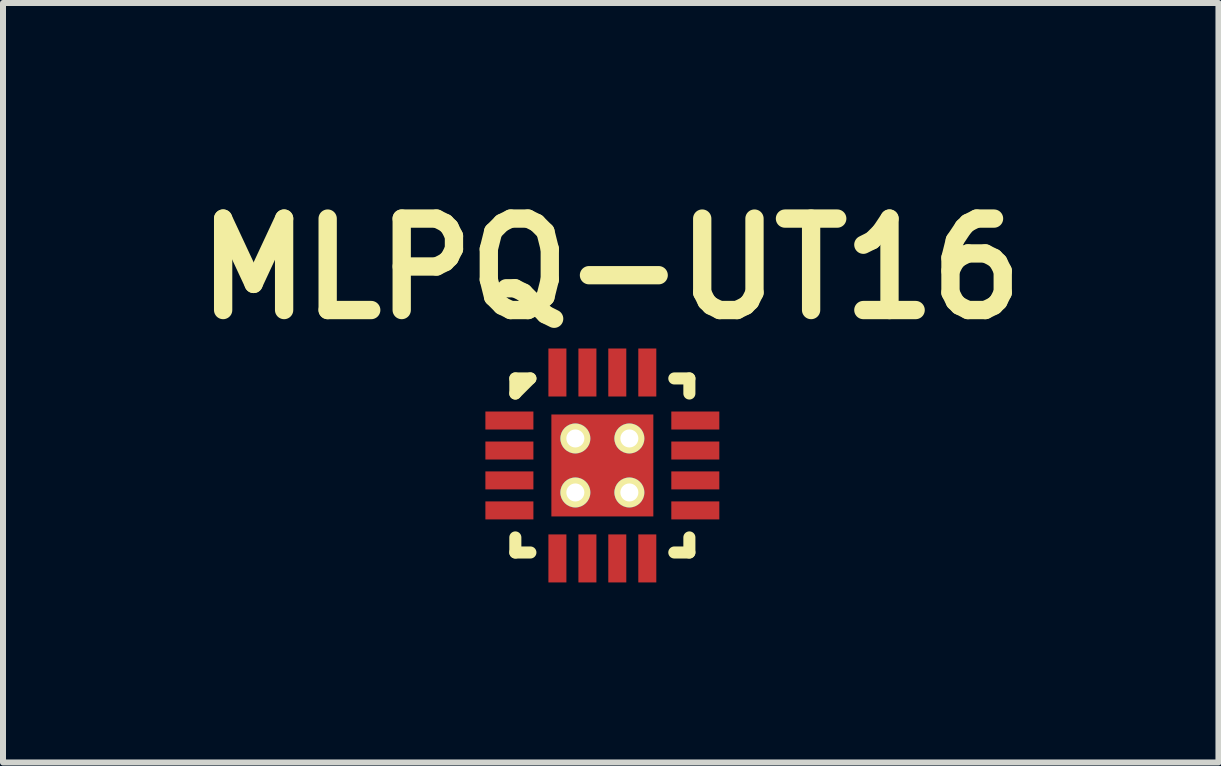
<source format=kicad_pcb>
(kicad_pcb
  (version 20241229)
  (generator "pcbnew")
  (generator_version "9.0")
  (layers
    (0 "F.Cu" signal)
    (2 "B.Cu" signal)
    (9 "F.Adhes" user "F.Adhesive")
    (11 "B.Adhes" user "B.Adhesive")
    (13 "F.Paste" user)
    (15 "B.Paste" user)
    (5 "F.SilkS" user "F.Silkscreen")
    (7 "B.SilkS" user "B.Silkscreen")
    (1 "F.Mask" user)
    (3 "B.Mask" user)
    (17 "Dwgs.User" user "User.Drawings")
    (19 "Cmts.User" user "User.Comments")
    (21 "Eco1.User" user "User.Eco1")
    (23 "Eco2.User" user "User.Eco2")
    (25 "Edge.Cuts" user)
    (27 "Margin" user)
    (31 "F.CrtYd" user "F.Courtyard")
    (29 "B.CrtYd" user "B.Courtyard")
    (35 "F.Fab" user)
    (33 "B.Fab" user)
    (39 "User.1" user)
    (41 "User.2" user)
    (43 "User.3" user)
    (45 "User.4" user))
  (footprint "MLPQ-UT16"
    (layer "F.Cu")
    (at 6.987 4.706)
    (property "Reference" "MLPQ-UT16" (at 0.14 -3.279 0) (layer "F.SilkS") (effects (font (size 1.524 1.524) (thickness 0.305))))
    (attr through_hole)
    (fp_line (start -1.45 -1.45) (end -1.199 -1.45) (stroke (width 0.201) (type solid)) (layer "F.SilkS"))
    (fp_line (start -1.45 -1.199) (end -1.45 -1.45) (stroke (width 0.201) (type solid)) (layer "F.SilkS"))
    (fp_line (start -1.45 -1.199) (end -1.199 -1.45) (stroke (width 0.201) (type solid)) (layer "F.SilkS"))
    (fp_line (start -1.45 1.45) (end -1.45 1.199) (stroke (width 0.201) (type solid)) (layer "F.SilkS"))
    (fp_line (start -1.199 1.45) (end -1.45 1.45) (stroke (width 0.201) (type solid)) (layer "F.SilkS"))
    (fp_line (start 1.199 1.45) (end 1.45 1.45) (stroke (width 0.201) (type solid)) (layer "F.SilkS"))
    (fp_line (start 1.45 -1.45) (end 1.199 -1.45) (stroke (width 0.201) (type solid)) (layer "F.SilkS"))
    (fp_line (start 1.45 -1.199) (end 1.45 -1.45) (stroke (width 0.201) (type solid)) (layer "F.SilkS"))
    (fp_line (start 1.45 1.45) (end 1.45 1.199) (stroke (width 0.201) (type solid)) (layer "F.SilkS"))
    (pad "1" smd rect (at -1.549 -0.749) (size 0.8 0.3) (layers "F.Cu" "F.Mask" "F.Paste"))
    (pad "2" smd rect (at -1.549 -0.249) (size 0.8 0.3) (layers "F.Cu" "F.Mask" "F.Paste"))
    (pad "3" smd rect (at -1.549 0.249) (size 0.8 0.3) (layers "F.Cu" "F.Mask" "F.Paste"))
    (pad "4" smd rect (at -1.549 0.749) (size 0.8 0.3) (layers "F.Cu" "F.Mask" "F.Paste"))
    (pad "5" smd rect (at -0.749 1.549) (size 0.3 0.8) (layers "F.Cu" "F.Mask" "F.Paste"))
    (pad "6" smd rect (at -0.249 1.549) (size 0.3 0.8) (layers "F.Cu" "F.Mask" "F.Paste"))
    (pad "7" smd rect (at 0.249 1.549) (size 0.3 0.8) (layers "F.Cu" "F.Mask" "F.Paste"))
    (pad "8" smd rect (at 0.749 1.549) (size 0.3 0.8) (layers "F.Cu" "F.Mask" "F.Paste"))
    (pad "9" smd rect (at 1.549 0.749) (size 0.8 0.3) (layers "F.Cu" "F.Mask" "F.Paste"))
    (pad "10" smd rect (at 1.549 0.249) (size 0.8 0.3) (layers "F.Cu" "F.Mask" "F.Paste"))
    (pad "11" smd rect (at 1.549 -0.249) (size 0.8 0.3) (layers "F.Cu" "F.Mask" "F.Paste"))
    (pad "12" smd rect (at 1.549 -0.749) (size 0.8 0.3) (layers "F.Cu" "F.Mask" "F.Paste"))
    (pad "13" smd rect (at 0.749 -1.549) (size 0.3 0.8) (layers "F.Cu" "F.Mask" "F.Paste"))
    (pad "14" smd rect (at 0.249 -1.549) (size 0.3 0.8) (layers "F.Cu" "F.Mask" "F.Paste"))
    (pad "15" smd rect (at -0.249 -1.549) (size 0.3 0.8) (layers "F.Cu" "F.Mask" "F.Paste"))
    (pad "16" smd rect (at -0.749 -1.549) (size 0.3 0.8) (layers "F.Cu" "F.Mask" "F.Paste"))
    (pad "17" thru_hole circle (at -0.45 -0.45) (size 0.5 0.5) (drill 0.3) (layers "*.Cu" "F.SilkS"))
    (pad "17" thru_hole circle (at -0.45 0.45) (size 0.5 0.5) (drill 0.3) (layers "*.Cu" "*.Mask" "F.SilkS"))
    (pad "17" smd rect (at 0 0) (size 1.699 1.699) (layers "F.Cu"))
    (pad "17" thru_hole circle (at 0.45 -0.45) (size 0.5 0.5) (drill 0.3) (layers "*.Cu" "*.Mask" "F.SilkS"))
    (pad "17" thru_hole circle (at 0.45 0.45) (size 0.5 0.5) (drill 0.3) (layers "*.Cu" "*.Mask" "F.SilkS")))
  (gr_rect
    (start -3 -3)
    (end 17.253 9.655)
    (stroke (width 0.1) (type default))
    (fill no)
    (layer "Edge.Cuts")))
</source>
